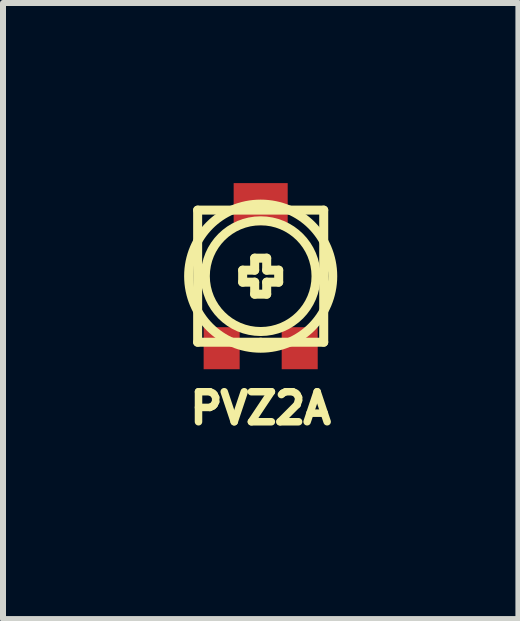
<source format=kicad_pcb>
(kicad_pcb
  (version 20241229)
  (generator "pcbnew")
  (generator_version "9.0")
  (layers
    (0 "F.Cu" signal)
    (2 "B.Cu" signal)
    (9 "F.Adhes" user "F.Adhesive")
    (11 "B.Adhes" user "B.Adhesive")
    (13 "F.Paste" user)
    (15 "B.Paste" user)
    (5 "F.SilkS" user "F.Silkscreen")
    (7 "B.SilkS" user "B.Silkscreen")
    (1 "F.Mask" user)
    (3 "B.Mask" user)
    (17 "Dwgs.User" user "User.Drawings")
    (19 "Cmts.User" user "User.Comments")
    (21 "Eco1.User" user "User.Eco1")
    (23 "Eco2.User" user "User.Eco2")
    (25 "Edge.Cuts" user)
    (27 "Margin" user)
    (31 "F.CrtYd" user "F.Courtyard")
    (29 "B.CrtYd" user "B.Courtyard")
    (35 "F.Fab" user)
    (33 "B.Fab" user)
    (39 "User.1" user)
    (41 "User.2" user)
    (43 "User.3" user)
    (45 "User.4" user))
  (footprint "PVZ2A"
    (layer "F.Cu")
    (at 1.292 1.55)
    (property "Reference" "PVZ2A" (at 0 2.2 0) (layer "F.SilkS") (effects (font (size 0.5 0.5) (thickness 0.125))))
    (attr through_hole)
    (fp_line (start -1.05 -1.1) (end -1.05 1.1) (stroke (width 0.15) (type solid)) (layer "F.SilkS"))
    (fp_line (start -1.05 1.1) (end 0 1.1) (stroke (width 0.15) (type solid)) (layer "F.SilkS"))
    (fp_line (start -0.3 -0.1) (end -0.1 -0.1) (stroke (width 0.15) (type solid)) (layer "F.SilkS"))
    (fp_line (start -0.3 0.1) (end -0.3 -0.1) (stroke (width 0.15) (type solid)) (layer "F.SilkS"))
    (fp_line (start -0.1 -0.3) (end 0.1 -0.3) (stroke (width 0.15) (type solid)) (layer "F.SilkS"))
    (fp_line (start -0.1 -0.1) (end -0.1 -0.3) (stroke (width 0.15) (type solid)) (layer "F.SilkS"))
    (fp_line (start -0.1 0.1) (end -0.3 0.1) (stroke (width 0.15) (type solid)) (layer "F.SilkS"))
    (fp_line (start -0.1 0.3) (end -0.1 0.1) (stroke (width 0.15) (type solid)) (layer "F.SilkS"))
    (fp_line (start 0 1.1) (end 1.05 1.1) (stroke (width 0.15) (type solid)) (layer "F.SilkS"))
    (fp_line (start 0.1 -0.3) (end 0.1 -0.1) (stroke (width 0.15) (type solid)) (layer "F.SilkS"))
    (fp_line (start 0.1 -0.1) (end 0.3 -0.1) (stroke (width 0.15) (type solid)) (layer "F.SilkS"))
    (fp_line (start 0.1 0.1) (end 0.1 0.3) (stroke (width 0.15) (type solid)) (layer "F.SilkS"))
    (fp_line (start 0.1 0.3) (end -0.1 0.3) (stroke (width 0.15) (type solid)) (layer "F.SilkS"))
    (fp_line (start 0.3 -0.1) (end 0.3 0.1) (stroke (width 0.15) (type solid)) (layer "F.SilkS"))
    (fp_line (start 0.3 0.1) (end 0.1 0.1) (stroke (width 0.15) (type solid)) (layer "F.SilkS"))
    (fp_line (start 1.05 -1.1) (end -1.05 -1.1) (stroke (width 0.15) (type solid)) (layer "F.SilkS"))
    (fp_line (start 1.05 1.1) (end 1.05 -1.1) (stroke (width 0.15) (type solid)) (layer "F.SilkS"))
    (fp_circle (center 0 0) (end 0.7 0.6) (stroke (width 0.15) (type solid)) (fill no) (layer "F.SilkS"))
    (fp_circle (center 0 0) (end 1.2 0) (stroke (width 0.15) (type solid)) (fill no) (layer "F.SilkS"))
    (pad "1" smd rect (at -0.65 1.2) (size 0.6 0.7) (layers "F.Cu" "F.Mask" "F.Paste"))
    (pad "2" smd rect (at 0 -1.2) (size 0.9 0.7) (layers "F.Cu" "F.Mask" "F.Paste"))
    (pad "3" smd rect (at 0.65 1.2) (size 0.6 0.7) (layers "F.Cu" "F.Mask" "F.Paste")))
  (gr_rect
    (start -3 -3)
    (end 5.585 7.262)
    (stroke (width 0.1) (type default))
    (fill no)
    (layer "Edge.Cuts")))
</source>
